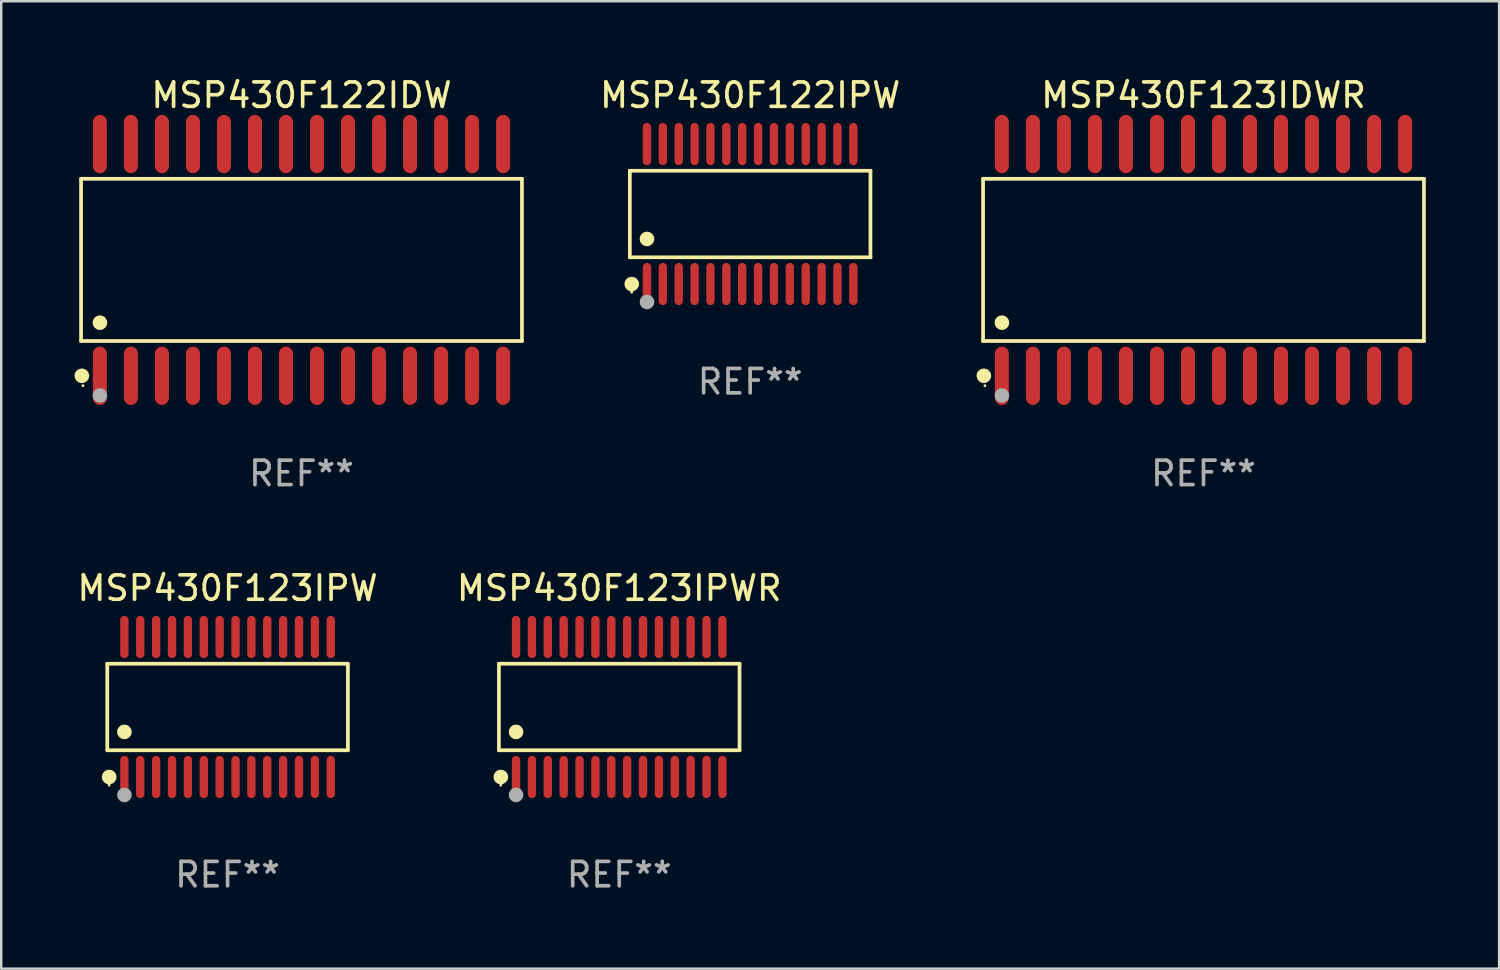
<source format=kicad_pcb>
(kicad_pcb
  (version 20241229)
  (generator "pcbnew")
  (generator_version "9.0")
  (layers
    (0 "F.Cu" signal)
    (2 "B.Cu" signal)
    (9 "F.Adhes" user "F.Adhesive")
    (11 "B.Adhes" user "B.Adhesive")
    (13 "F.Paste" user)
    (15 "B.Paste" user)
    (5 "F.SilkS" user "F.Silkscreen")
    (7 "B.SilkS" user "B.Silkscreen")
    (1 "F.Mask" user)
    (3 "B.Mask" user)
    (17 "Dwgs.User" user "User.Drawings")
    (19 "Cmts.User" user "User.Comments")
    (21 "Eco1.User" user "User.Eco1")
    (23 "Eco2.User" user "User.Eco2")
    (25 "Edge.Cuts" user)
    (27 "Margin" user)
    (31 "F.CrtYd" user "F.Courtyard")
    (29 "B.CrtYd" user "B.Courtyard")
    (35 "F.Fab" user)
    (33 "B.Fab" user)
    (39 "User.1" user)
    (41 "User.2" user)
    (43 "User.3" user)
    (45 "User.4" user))
  (footprint "MSP430F123IDWR"
    (layer "F.Cu")
    (at 46.227 7.592)
    (property "Reference" "MSP430F123IDWR" (at 0 -6.744 0) (layer "F.SilkS") (effects (font (size 1 1) (thickness 0.15))))
    (attr through_hole)
    (fp_line (start -9.026 -3.321) (end 9.026 -3.321) (stroke (width 0.152) (type solid)) (layer "F.SilkS"))
    (fp_line (start -9.026 3.321) (end -9.026 -3.321) (stroke (width 0.152) (type solid)) (layer "F.SilkS"))
    (fp_line (start 9.026 -3.321) (end 9.026 3.321) (stroke (width 0.152) (type solid)) (layer "F.SilkS"))
    (fp_line (start 9.026 3.321) (end -9.026 3.321) (stroke (width 0.152) (type solid)) (layer "F.SilkS"))
    (fp_circle (center -8.994 4.744) (end -8.844 4.744) (stroke (width 0.3) (type solid)) (fill no) (layer "F.SilkS"))
    (fp_circle (center -8.95 5.15) (end -8.92 5.15) (stroke (width 0.06) (type solid)) (fill no) (layer "F.SilkS"))
    (fp_circle (center -8.255 2.569) (end -8.105 2.569) (stroke (width 0.3) (type solid)) (fill no) (layer "F.SilkS"))
    (fp_circle (center -8.255 5.55) (end -8.105 5.55) (stroke (width 0.3) (type solid)) (fill no) (layer "F.Fab"))
    (fp_text user "REF**" (at 0 8.744 0) (layer "F.Fab") (effects (font (size 1 1) (thickness 0.15))))
    (pad "1" smd oval (at -8.255 4.744) (size 0.574 2.388) (layers "F.Cu" "F.Mask" "F.Paste"))
    (pad "2" smd oval (at -6.985 4.744) (size 0.574 2.388) (layers "F.Cu" "F.Mask" "F.Paste"))
    (pad "3" smd oval (at -5.715 4.744) (size 0.574 2.388) (layers "F.Cu" "F.Mask" "F.Paste"))
    (pad "4" smd oval (at -4.445 4.744) (size 0.574 2.388) (layers "F.Cu" "F.Mask" "F.Paste"))
    (pad "5" smd oval (at -3.175 4.744) (size 0.574 2.388) (layers "F.Cu" "F.Mask" "F.Paste"))
    (pad "6" smd oval (at -1.905 4.744) (size 0.574 2.388) (layers "F.Cu" "F.Mask" "F.Paste"))
    (pad "7" smd oval (at -0.635 4.744) (size 0.574 2.388) (layers "F.Cu" "F.Mask" "F.Paste"))
    (pad "8" smd oval (at 0.635 4.744) (size 0.574 2.388) (layers "F.Cu" "F.Mask" "F.Paste"))
    (pad "9" smd oval (at 1.905 4.744) (size 0.574 2.388) (layers "F.Cu" "F.Mask" "F.Paste"))
    (pad "10" smd oval (at 3.175 4.744) (size 0.574 2.388) (layers "F.Cu" "F.Mask" "F.Paste"))
    (pad "11" smd oval (at 4.445 4.744) (size 0.574 2.388) (layers "F.Cu" "F.Mask" "F.Paste"))
    (pad "12" smd oval (at 5.715 4.744) (size 0.574 2.388) (layers "F.Cu" "F.Mask" "F.Paste"))
    (pad "13" smd oval (at 6.985 4.744) (size 0.574 2.388) (layers "F.Cu" "F.Mask" "F.Paste"))
    (pad "14" smd oval (at 8.255 4.744) (size 0.574 2.388) (layers "F.Cu" "F.Mask" "F.Paste"))
    (pad "15" smd oval (at 8.255 -4.744) (size 0.574 2.388) (layers "F.Cu" "F.Mask" "F.Paste"))
    (pad "16" smd oval (at 6.985 -4.744) (size 0.574 2.388) (layers "F.Cu" "F.Mask" "F.Paste"))
    (pad "17" smd oval (at 5.715 -4.744) (size 0.574 2.388) (layers "F.Cu" "F.Mask" "F.Paste"))
    (pad "18" smd oval (at 4.445 -4.744) (size 0.574 2.388) (layers "F.Cu" "F.Mask" "F.Paste"))
    (pad "19" smd oval (at 3.175 -4.744) (size 0.574 2.388) (layers "F.Cu" "F.Mask" "F.Paste"))
    (pad "20" smd oval (at 1.905 -4.744) (size 0.574 2.388) (layers "F.Cu" "F.Mask" "F.Paste"))
    (pad "21" smd oval (at 0.635 -4.744) (size 0.574 2.388) (layers "F.Cu" "F.Mask" "F.Paste"))
    (pad "22" smd oval (at -0.635 -4.744) (size 0.574 2.388) (layers "F.Cu" "F.Mask" "F.Paste"))
    (pad "23" smd oval (at -1.905 -4.744) (size 0.574 2.388) (layers "F.Cu" "F.Mask" "F.Paste"))
    (pad "24" smd oval (at -3.175 -4.744) (size 0.574 2.388) (layers "F.Cu" "F.Mask" "F.Paste"))
    (pad "25" smd oval (at -4.445 -4.744) (size 0.574 2.388) (layers "F.Cu" "F.Mask" "F.Paste"))
    (pad "26" smd oval (at -5.715 -4.744) (size 0.574 2.388) (layers "F.Cu" "F.Mask" "F.Paste"))
    (pad "27" smd oval (at -6.985 -4.744) (size 0.574 2.388) (layers "F.Cu" "F.Mask" "F.Paste"))
    (pad "28" smd oval (at -8.255 -4.744) (size 0.574 2.388) (layers "F.Cu" "F.Mask" "F.Paste")))
  (footprint "MSP430F122IPW"
    (layer "F.Cu")
    (at 27.665 5.714)
    (property "Reference" "MSP430F122IPW" (at 0 -4.866 0) (layer "F.SilkS") (effects (font (size 1 1) (thickness 0.15))))
    (attr through_hole)
    (fp_line (start -4.926 -1.772) (end 4.926 -1.772) (stroke (width 0.152) (type solid)) (layer "F.SilkS"))
    (fp_line (start -4.926 1.771) (end -4.926 -1.772) (stroke (width 0.152) (type solid)) (layer "F.SilkS"))
    (fp_line (start 4.926 -1.772) (end 4.926 1.771) (stroke (width 0.152) (type solid)) (layer "F.SilkS"))
    (fp_line (start 4.926 1.771) (end -4.926 1.771) (stroke (width 0.152) (type solid)) (layer "F.SilkS"))
    (fp_circle (center -4.85 3.2) (end -4.82 3.2) (stroke (width 0.06) (type solid)) (fill no) (layer "F.SilkS"))
    (fp_circle (center -4.849 2.866) (end -4.699 2.866) (stroke (width 0.3) (type solid)) (fill no) (layer "F.SilkS"))
    (fp_circle (center -4.225 1.019) (end -4.075 1.019) (stroke (width 0.3) (type solid)) (fill no) (layer "F.SilkS"))
    (fp_circle (center -4.225 3.6) (end -4.075 3.6) (stroke (width 0.3) (type solid)) (fill no) (layer "F.Fab"))
    (fp_text user "REF**" (at 0 6.866 0) (layer "F.Fab") (effects (font (size 1 1) (thickness 0.15))))
    (pad "1" smd oval (at -4.225 2.866) (size 0.343 1.731) (layers "F.Cu" "F.Mask" "F.Paste"))
    (pad "2" smd oval (at -3.575 2.866) (size 0.343 1.731) (layers "F.Cu" "F.Mask" "F.Paste"))
    (pad "3" smd oval (at -2.925 2.866) (size 0.343 1.731) (layers "F.Cu" "F.Mask" "F.Paste"))
    (pad "4" smd oval (at -2.275 2.866) (size 0.343 1.731) (layers "F.Cu" "F.Mask" "F.Paste"))
    (pad "5" smd oval (at -1.625 2.866) (size 0.343 1.731) (layers "F.Cu" "F.Mask" "F.Paste"))
    (pad "6" smd oval (at -0.975 2.866) (size 0.343 1.731) (layers "F.Cu" "F.Mask" "F.Paste"))
    (pad "7" smd oval (at -0.325 2.866) (size 0.343 1.731) (layers "F.Cu" "F.Mask" "F.Paste"))
    (pad "8" smd oval (at 0.325 2.866) (size 0.343 1.731) (layers "F.Cu" "F.Mask" "F.Paste"))
    (pad "9" smd oval (at 0.975 2.866) (size 0.343 1.731) (layers "F.Cu" "F.Mask" "F.Paste"))
    (pad "10" smd oval (at 1.625 2.866) (size 0.343 1.731) (layers "F.Cu" "F.Mask" "F.Paste"))
    (pad "11" smd oval (at 2.275 2.866) (size 0.343 1.731) (layers "F.Cu" "F.Mask" "F.Paste"))
    (pad "12" smd oval (at 2.925 2.866) (size 0.343 1.731) (layers "F.Cu" "F.Mask" "F.Paste"))
    (pad "13" smd oval (at 3.575 2.866) (size 0.343 1.731) (layers "F.Cu" "F.Mask" "F.Paste"))
    (pad "14" smd oval (at 4.225 2.866) (size 0.343 1.731) (layers "F.Cu" "F.Mask" "F.Paste"))
    (pad "15" smd oval (at 4.225 -2.866) (size 0.343 1.731) (layers "F.Cu" "F.Mask" "F.Paste"))
    (pad "16" smd oval (at 3.575 -2.866) (size 0.343 1.731) (layers "F.Cu" "F.Mask" "F.Paste"))
    (pad "17" smd oval (at 2.925 -2.866) (size 0.343 1.731) (layers "F.Cu" "F.Mask" "F.Paste"))
    (pad "18" smd oval (at 2.275 -2.866) (size 0.343 1.731) (layers "F.Cu" "F.Mask" "F.Paste"))
    (pad "19" smd oval (at 1.625 -2.866) (size 0.343 1.731) (layers "F.Cu" "F.Mask" "F.Paste"))
    (pad "20" smd oval (at 0.975 -2.866) (size 0.343 1.731) (layers "F.Cu" "F.Mask" "F.Paste"))
    (pad "21" smd oval (at 0.325 -2.866) (size 0.343 1.731) (layers "F.Cu" "F.Mask" "F.Paste"))
    (pad "22" smd oval (at -0.325 -2.866) (size 0.343 1.731) (layers "F.Cu" "F.Mask" "F.Paste"))
    (pad "23" smd oval (at -0.975 -2.866) (size 0.343 1.731) (layers "F.Cu" "F.Mask" "F.Paste"))
    (pad "24" smd oval (at -1.625 -2.866) (size 0.343 1.731) (layers "F.Cu" "F.Mask" "F.Paste"))
    (pad "25" smd oval (at -2.275 -2.866) (size 0.343 1.731) (layers "F.Cu" "F.Mask" "F.Paste"))
    (pad "26" smd oval (at -2.925 -2.866) (size 0.343 1.731) (layers "F.Cu" "F.Mask" "F.Paste"))
    (pad "27" smd oval (at -3.575 -2.866) (size 0.343 1.731) (layers "F.Cu" "F.Mask" "F.Paste"))
    (pad "28" smd oval (at -4.225 -2.866) (size 0.343 1.731) (layers "F.Cu" "F.Mask" "F.Paste")))
  (footprint "MSP430F122IDW"
    (layer "F.Cu")
    (at 9.295 7.592)
    (property "Reference" "MSP430F122IDW" (at 0 -6.744 0) (layer "F.SilkS") (effects (font (size 1 1) (thickness 0.15))))
    (attr through_hole)
    (fp_line (start -9.026 -3.321) (end 9.026 -3.321) (stroke (width 0.152) (type solid)) (layer "F.SilkS"))
    (fp_line (start -9.026 3.321) (end -9.026 -3.321) (stroke (width 0.152) (type solid)) (layer "F.SilkS"))
    (fp_line (start 9.026 -3.321) (end 9.026 3.321) (stroke (width 0.152) (type solid)) (layer "F.SilkS"))
    (fp_line (start 9.026 3.321) (end -9.026 3.321) (stroke (width 0.152) (type solid)) (layer "F.SilkS"))
    (fp_circle (center -8.994 4.744) (end -8.844 4.744) (stroke (width 0.3) (type solid)) (fill no) (layer "F.SilkS"))
    (fp_circle (center -8.95 5.15) (end -8.92 5.15) (stroke (width 0.06) (type solid)) (fill no) (layer "F.SilkS"))
    (fp_circle (center -8.255 2.569) (end -8.105 2.569) (stroke (width 0.3) (type solid)) (fill no) (layer "F.SilkS"))
    (fp_circle (center -8.255 5.55) (end -8.105 5.55) (stroke (width 0.3) (type solid)) (fill no) (layer "F.Fab"))
    (fp_text user "REF**" (at 0 8.744 0) (layer "F.Fab") (effects (font (size 1 1) (thickness 0.15))))
    (pad "1" smd oval (at -8.255 4.744) (size 0.574 2.388) (layers "F.Cu" "F.Mask" "F.Paste"))
    (pad "2" smd oval (at -6.985 4.744) (size 0.574 2.388) (layers "F.Cu" "F.Mask" "F.Paste"))
    (pad "3" smd oval (at -5.715 4.744) (size 0.574 2.388) (layers "F.Cu" "F.Mask" "F.Paste"))
    (pad "4" smd oval (at -4.445 4.744) (size 0.574 2.388) (layers "F.Cu" "F.Mask" "F.Paste"))
    (pad "5" smd oval (at -3.175 4.744) (size 0.574 2.388) (layers "F.Cu" "F.Mask" "F.Paste"))
    (pad "6" smd oval (at -1.905 4.744) (size 0.574 2.388) (layers "F.Cu" "F.Mask" "F.Paste"))
    (pad "7" smd oval (at -0.635 4.744) (size 0.574 2.388) (layers "F.Cu" "F.Mask" "F.Paste"))
    (pad "8" smd oval (at 0.635 4.744) (size 0.574 2.388) (layers "F.Cu" "F.Mask" "F.Paste"))
    (pad "9" smd oval (at 1.905 4.744) (size 0.574 2.388) (layers "F.Cu" "F.Mask" "F.Paste"))
    (pad "10" smd oval (at 3.175 4.744) (size 0.574 2.388) (layers "F.Cu" "F.Mask" "F.Paste"))
    (pad "11" smd oval (at 4.445 4.744) (size 0.574 2.388) (layers "F.Cu" "F.Mask" "F.Paste"))
    (pad "12" smd oval (at 5.715 4.744) (size 0.574 2.388) (layers "F.Cu" "F.Mask" "F.Paste"))
    (pad "13" smd oval (at 6.985 4.744) (size 0.574 2.388) (layers "F.Cu" "F.Mask" "F.Paste"))
    (pad "14" smd oval (at 8.255 4.744) (size 0.574 2.388) (layers "F.Cu" "F.Mask" "F.Paste"))
    (pad "15" smd oval (at 8.255 -4.744) (size 0.574 2.388) (layers "F.Cu" "F.Mask" "F.Paste"))
    (pad "16" smd oval (at 6.985 -4.744) (size 0.574 2.388) (layers "F.Cu" "F.Mask" "F.Paste"))
    (pad "17" smd oval (at 5.715 -4.744) (size 0.574 2.388) (layers "F.Cu" "F.Mask" "F.Paste"))
    (pad "18" smd oval (at 4.445 -4.744) (size 0.574 2.388) (layers "F.Cu" "F.Mask" "F.Paste"))
    (pad "19" smd oval (at 3.175 -4.744) (size 0.574 2.388) (layers "F.Cu" "F.Mask" "F.Paste"))
    (pad "20" smd oval (at 1.905 -4.744) (size 0.574 2.388) (layers "F.Cu" "F.Mask" "F.Paste"))
    (pad "21" smd oval (at 0.635 -4.744) (size 0.574 2.388) (layers "F.Cu" "F.Mask" "F.Paste"))
    (pad "22" smd oval (at -0.635 -4.744) (size 0.574 2.388) (layers "F.Cu" "F.Mask" "F.Paste"))
    (pad "23" smd oval (at -1.905 -4.744) (size 0.574 2.388) (layers "F.Cu" "F.Mask" "F.Paste"))
    (pad "24" smd oval (at -3.175 -4.744) (size 0.574 2.388) (layers "F.Cu" "F.Mask" "F.Paste"))
    (pad "25" smd oval (at -4.445 -4.744) (size 0.574 2.388) (layers "F.Cu" "F.Mask" "F.Paste"))
    (pad "26" smd oval (at -5.715 -4.744) (size 0.574 2.388) (layers "F.Cu" "F.Mask" "F.Paste"))
    (pad "27" smd oval (at -6.985 -4.744) (size 0.574 2.388) (layers "F.Cu" "F.Mask" "F.Paste"))
    (pad "28" smd oval (at -8.255 -4.744) (size 0.574 2.388) (layers "F.Cu" "F.Mask" "F.Paste")))
  (footprint "MSP430F123IPWR"
    (layer "F.Cu")
    (at 22.304 25.898)
    (property "Reference" "MSP430F123IPWR" (at 0 -4.866 0) (layer "F.SilkS") (effects (font (size 1 1) (thickness 0.15))))
    (attr through_hole)
    (fp_line (start -4.926 -1.772) (end 4.926 -1.772) (stroke (width 0.152) (type solid)) (layer "F.SilkS"))
    (fp_line (start -4.926 1.771) (end -4.926 -1.772) (stroke (width 0.152) (type solid)) (layer "F.SilkS"))
    (fp_line (start 4.926 -1.772) (end 4.926 1.771) (stroke (width 0.152) (type solid)) (layer "F.SilkS"))
    (fp_line (start 4.926 1.771) (end -4.926 1.771) (stroke (width 0.152) (type solid)) (layer "F.SilkS"))
    (fp_circle (center -4.85 3.2) (end -4.82 3.2) (stroke (width 0.06) (type solid)) (fill no) (layer "F.SilkS"))
    (fp_circle (center -4.849 2.866) (end -4.699 2.866) (stroke (width 0.3) (type solid)) (fill no) (layer "F.SilkS"))
    (fp_circle (center -4.225 1.019) (end -4.075 1.019) (stroke (width 0.3) (type solid)) (fill no) (layer "F.SilkS"))
    (fp_circle (center -4.225 3.6) (end -4.075 3.6) (stroke (width 0.3) (type solid)) (fill no) (layer "F.Fab"))
    (fp_text user "REF**" (at 0 6.866 0) (layer "F.Fab") (effects (font (size 1 1) (thickness 0.15))))
    (pad "1" smd oval (at -4.225 2.866) (size 0.343 1.731) (layers "F.Cu" "F.Mask" "F.Paste"))
    (pad "2" smd oval (at -3.575 2.866) (size 0.343 1.731) (layers "F.Cu" "F.Mask" "F.Paste"))
    (pad "3" smd oval (at -2.925 2.866) (size 0.343 1.731) (layers "F.Cu" "F.Mask" "F.Paste"))
    (pad "4" smd oval (at -2.275 2.866) (size 0.343 1.731) (layers "F.Cu" "F.Mask" "F.Paste"))
    (pad "5" smd oval (at -1.625 2.866) (size 0.343 1.731) (layers "F.Cu" "F.Mask" "F.Paste"))
    (pad "6" smd oval (at -0.975 2.866) (size 0.343 1.731) (layers "F.Cu" "F.Mask" "F.Paste"))
    (pad "7" smd oval (at -0.325 2.866) (size 0.343 1.731) (layers "F.Cu" "F.Mask" "F.Paste"))
    (pad "8" smd oval (at 0.325 2.866) (size 0.343 1.731) (layers "F.Cu" "F.Mask" "F.Paste"))
    (pad "9" smd oval (at 0.975 2.866) (size 0.343 1.731) (layers "F.Cu" "F.Mask" "F.Paste"))
    (pad "10" smd oval (at 1.625 2.866) (size 0.343 1.731) (layers "F.Cu" "F.Mask" "F.Paste"))
    (pad "11" smd oval (at 2.275 2.866) (size 0.343 1.731) (layers "F.Cu" "F.Mask" "F.Paste"))
    (pad "12" smd oval (at 2.925 2.866) (size 0.343 1.731) (layers "F.Cu" "F.Mask" "F.Paste"))
    (pad "13" smd oval (at 3.575 2.866) (size 0.343 1.731) (layers "F.Cu" "F.Mask" "F.Paste"))
    (pad "14" smd oval (at 4.225 2.866) (size 0.343 1.731) (layers "F.Cu" "F.Mask" "F.Paste"))
    (pad "15" smd oval (at 4.225 -2.866) (size 0.343 1.731) (layers "F.Cu" "F.Mask" "F.Paste"))
    (pad "16" smd oval (at 3.575 -2.866) (size 0.343 1.731) (layers "F.Cu" "F.Mask" "F.Paste"))
    (pad "17" smd oval (at 2.925 -2.866) (size 0.343 1.731) (layers "F.Cu" "F.Mask" "F.Paste"))
    (pad "18" smd oval (at 2.275 -2.866) (size 0.343 1.731) (layers "F.Cu" "F.Mask" "F.Paste"))
    (pad "19" smd oval (at 1.625 -2.866) (size 0.343 1.731) (layers "F.Cu" "F.Mask" "F.Paste"))
    (pad "20" smd oval (at 0.975 -2.866) (size 0.343 1.731) (layers "F.Cu" "F.Mask" "F.Paste"))
    (pad "21" smd oval (at 0.325 -2.866) (size 0.343 1.731) (layers "F.Cu" "F.Mask" "F.Paste"))
    (pad "22" smd oval (at -0.325 -2.866) (size 0.343 1.731) (layers "F.Cu" "F.Mask" "F.Paste"))
    (pad "23" smd oval (at -0.975 -2.866) (size 0.343 1.731) (layers "F.Cu" "F.Mask" "F.Paste"))
    (pad "24" smd oval (at -1.625 -2.866) (size 0.343 1.731) (layers "F.Cu" "F.Mask" "F.Paste"))
    (pad "25" smd oval (at -2.275 -2.866) (size 0.343 1.731) (layers "F.Cu" "F.Mask" "F.Paste"))
    (pad "26" smd oval (at -2.925 -2.866) (size 0.343 1.731) (layers "F.Cu" "F.Mask" "F.Paste"))
    (pad "27" smd oval (at -3.575 -2.866) (size 0.343 1.731) (layers "F.Cu" "F.Mask" "F.Paste"))
    (pad "28" smd oval (at -4.225 -2.866) (size 0.343 1.731) (layers "F.Cu" "F.Mask" "F.Paste")))
  (footprint "MSP430F123IPW"
    (layer "F.Cu")
    (at 6.268 25.898)
    (property "Reference" "MSP430F123IPW" (at 0 -4.866 0) (layer "F.SilkS") (effects (font (size 1 1) (thickness 0.15))))
    (attr through_hole)
    (fp_line (start -4.926 -1.772) (end 4.926 -1.772) (stroke (width 0.152) (type solid)) (layer "F.SilkS"))
    (fp_line (start -4.926 1.771) (end -4.926 -1.772) (stroke (width 0.152) (type solid)) (layer "F.SilkS"))
    (fp_line (start 4.926 -1.772) (end 4.926 1.771) (stroke (width 0.152) (type solid)) (layer "F.SilkS"))
    (fp_line (start 4.926 1.771) (end -4.926 1.771) (stroke (width 0.152) (type solid)) (layer "F.SilkS"))
    (fp_circle (center -4.85 3.2) (end -4.82 3.2) (stroke (width 0.06) (type solid)) (fill no) (layer "F.SilkS"))
    (fp_circle (center -4.849 2.866) (end -4.699 2.866) (stroke (width 0.3) (type solid)) (fill no) (layer "F.SilkS"))
    (fp_circle (center -4.225 1.019) (end -4.075 1.019) (stroke (width 0.3) (type solid)) (fill no) (layer "F.SilkS"))
    (fp_circle (center -4.225 3.6) (end -4.075 3.6) (stroke (width 0.3) (type solid)) (fill no) (layer "F.Fab"))
    (fp_text user "REF**" (at 0 6.866 0) (layer "F.Fab") (effects (font (size 1 1) (thickness 0.15))))
    (pad "1" smd oval (at -4.225 2.866) (size 0.343 1.731) (layers "F.Cu" "F.Mask" "F.Paste"))
    (pad "2" smd oval (at -3.575 2.866) (size 0.343 1.731) (layers "F.Cu" "F.Mask" "F.Paste"))
    (pad "3" smd oval (at -2.925 2.866) (size 0.343 1.731) (layers "F.Cu" "F.Mask" "F.Paste"))
    (pad "4" smd oval (at -2.275 2.866) (size 0.343 1.731) (layers "F.Cu" "F.Mask" "F.Paste"))
    (pad "5" smd oval (at -1.625 2.866) (size 0.343 1.731) (layers "F.Cu" "F.Mask" "F.Paste"))
    (pad "6" smd oval (at -0.975 2.866) (size 0.343 1.731) (layers "F.Cu" "F.Mask" "F.Paste"))
    (pad "7" smd oval (at -0.325 2.866) (size 0.343 1.731) (layers "F.Cu" "F.Mask" "F.Paste"))
    (pad "8" smd oval (at 0.325 2.866) (size 0.343 1.731) (layers "F.Cu" "F.Mask" "F.Paste"))
    (pad "9" smd oval (at 0.975 2.866) (size 0.343 1.731) (layers "F.Cu" "F.Mask" "F.Paste"))
    (pad "10" smd oval (at 1.625 2.866) (size 0.343 1.731) (layers "F.Cu" "F.Mask" "F.Paste"))
    (pad "11" smd oval (at 2.275 2.866) (size 0.343 1.731) (layers "F.Cu" "F.Mask" "F.Paste"))
    (pad "12" smd oval (at 2.925 2.866) (size 0.343 1.731) (layers "F.Cu" "F.Mask" "F.Paste"))
    (pad "13" smd oval (at 3.575 2.866) (size 0.343 1.731) (layers "F.Cu" "F.Mask" "F.Paste"))
    (pad "14" smd oval (at 4.225 2.866) (size 0.343 1.731) (layers "F.Cu" "F.Mask" "F.Paste"))
    (pad "15" smd oval (at 4.225 -2.866) (size 0.343 1.731) (layers "F.Cu" "F.Mask" "F.Paste"))
    (pad "16" smd oval (at 3.575 -2.866) (size 0.343 1.731) (layers "F.Cu" "F.Mask" "F.Paste"))
    (pad "17" smd oval (at 2.925 -2.866) (size 0.343 1.731) (layers "F.Cu" "F.Mask" "F.Paste"))
    (pad "18" smd oval (at 2.275 -2.866) (size 0.343 1.731) (layers "F.Cu" "F.Mask" "F.Paste"))
    (pad "19" smd oval (at 1.625 -2.866) (size 0.343 1.731) (layers "F.Cu" "F.Mask" "F.Paste"))
    (pad "20" smd oval (at 0.975 -2.866) (size 0.343 1.731) (layers "F.Cu" "F.Mask" "F.Paste"))
    (pad "21" smd oval (at 0.325 -2.866) (size 0.343 1.731) (layers "F.Cu" "F.Mask" "F.Paste"))
    (pad "22" smd oval (at -0.325 -2.866) (size 0.343 1.731) (layers "F.Cu" "F.Mask" "F.Paste"))
    (pad "23" smd oval (at -0.975 -2.866) (size 0.343 1.731) (layers "F.Cu" "F.Mask" "F.Paste"))
    (pad "24" smd oval (at -1.625 -2.866) (size 0.343 1.731) (layers "F.Cu" "F.Mask" "F.Paste"))
    (pad "25" smd oval (at -2.275 -2.866) (size 0.343 1.731) (layers "F.Cu" "F.Mask" "F.Paste"))
    (pad "26" smd oval (at -2.925 -2.866) (size 0.343 1.731) (layers "F.Cu" "F.Mask" "F.Paste"))
    (pad "27" smd oval (at -3.575 -2.866) (size 0.343 1.731) (layers "F.Cu" "F.Mask" "F.Paste"))
    (pad "28" smd oval (at -4.225 -2.866) (size 0.343 1.731) (layers "F.Cu" "F.Mask" "F.Paste")))
  (gr_rect
    (start -3 -3)
    (end 58.33 36.612)
    (stroke (width 0.1) (type default))
    (fill no)
    (layer "Edge.Cuts")))
</source>
